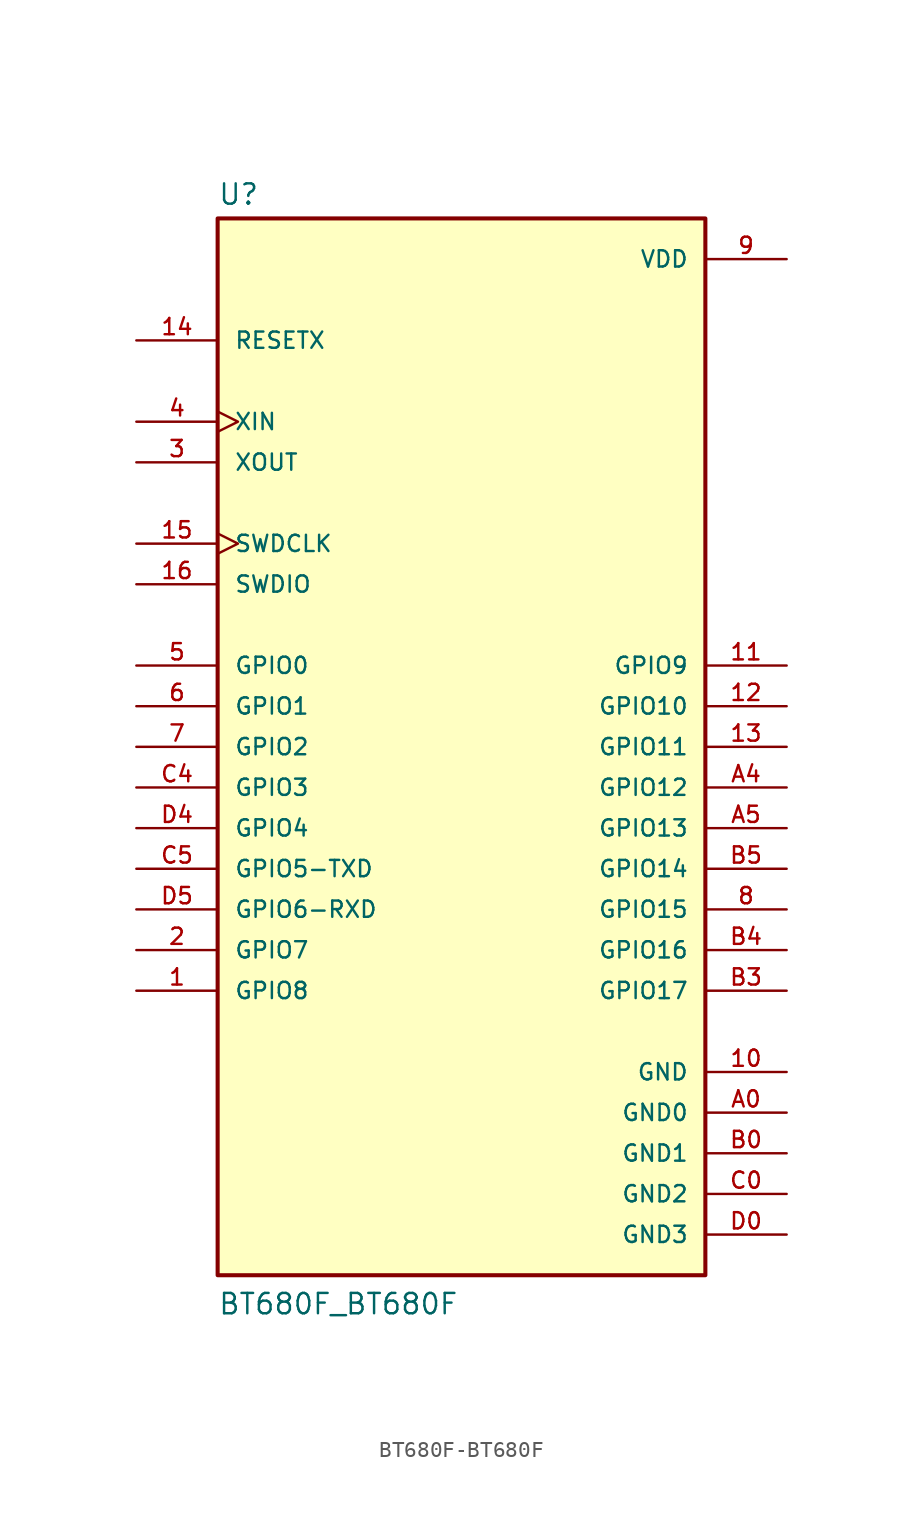
<source format=kicad_sym>
(kicad_symbol_lib
  (version 20220914)
  (generator kicad_symbol_editor)
  (symbol "BT680F-BT680F"
    (pin_names
      (offset 1.016))
    (property "Reference" "U"
      (at -15.24 33.782 0)
      (effects (font (size 1.27 1.27)) (justify left bottom)))
    (property "Value" "BT680F_BT680F"
      (at -15.24 -35.56 0)
      (effects (font (size 1.27 1.27)) (justify left bottom)))
    (property "ki_locked" ""
      (at 0 0 0)
      (effects (font (size 1.27 1.27))))
    (symbol "BT680F-BT680F_0_0"
      (rectangle (start -15.24 -33.02) (end 15.24 33.02) (stroke (width 0.254) (type solid)) (fill (type background)))
      (pin bidirectional line (at -20.32 -15.24 0) (length 5.08) (name "GPIO8" (effects (font (size 1.016 1.016)))) (number "1" (effects (font (size 1.016 1.016)))))
      (pin power_in line (at 20.32 -20.32 180) (length 5.08) (name "GND" (effects (font (size 1.016 1.016)))) (number "10" (effects (font (size 1.016 1.016)))))
      (pin bidirectional line (at 20.32 5.08 180) (length 5.08) (name "GPIO9" (effects (font (size 1.016 1.016)))) (number "11" (effects (font (size 1.016 1.016)))))
      (pin bidirectional line (at 20.32 2.54 180) (length 5.08) (name "GPIO10" (effects (font (size 1.016 1.016)))) (number "12" (effects (font (size 1.016 1.016)))))
      (pin bidirectional line (at 20.32 0 180) (length 5.08) (name "GPIO11" (effects (font (size 1.016 1.016)))) (number "13" (effects (font (size 1.016 1.016)))))
      (pin input line (at -20.32 25.4 0) (length 5.08) (name "RESETX" (effects (font (size 1.016 1.016)))) (number "14" (effects (font (size 1.016 1.016)))))
      (pin input clock (at -20.32 12.7 0) (length 5.08) (name "SWDCLK" (effects (font (size 1.016 1.016)))) (number "15" (effects (font (size 1.016 1.016)))))
      (pin bidirectional line (at -20.32 10.16 0) (length 5.08) (name "SWDIO" (effects (font (size 1.016 1.016)))) (number "16" (effects (font (size 1.016 1.016)))))
      (pin bidirectional line (at -20.32 -12.7 0) (length 5.08) (name "GPIO7" (effects (font (size 1.016 1.016)))) (number "2" (effects (font (size 1.016 1.016)))))
      (pin output line (at -20.32 17.78 0) (length 5.08) (name "XOUT" (effects (font (size 1.016 1.016)))) (number "3" (effects (font (size 1.016 1.016)))))
      (pin input clock (at -20.32 20.32 0) (length 5.08) (name "XIN" (effects (font (size 1.016 1.016)))) (number "4" (effects (font (size 1.016 1.016)))))
      (pin bidirectional line (at -20.32 5.08 0) (length 5.08) (name "GPIO0" (effects (font (size 1.016 1.016)))) (number "5" (effects (font (size 1.016 1.016)))))
      (pin bidirectional line (at -20.32 2.54 0) (length 5.08) (name "GPIO1" (effects (font (size 1.016 1.016)))) (number "6" (effects (font (size 1.016 1.016)))))
      (pin bidirectional line (at -20.32 0 0) (length 5.08) (name "GPIO2" (effects (font (size 1.016 1.016)))) (number "7" (effects (font (size 1.016 1.016)))))
      (pin bidirectional line (at 20.32 -10.16 180) (length 5.08) (name "GPIO15" (effects (font (size 1.016 1.016)))) (number "8" (effects (font (size 1.016 1.016)))))
      (pin power_in line (at 20.32 30.48 180) (length 5.08) (name "VDD" (effects (font (size 1.016 1.016)))) (number "9" (effects (font (size 1.016 1.016)))))
      (pin power_in line (at 20.32 -22.86 180) (length 5.08) (name "GND0" (effects (font (size 1.016 1.016)))) (number "A0" (effects (font (size 1.016 1.016)))))
      (pin bidirectional line (at 20.32 -2.54 180) (length 5.08) (name "GPIO12" (effects (font (size 1.016 1.016)))) (number "A4" (effects (font (size 1.016 1.016)))))
      (pin bidirectional line (at 20.32 -5.08 180) (length 5.08) (name "GPIO13" (effects (font (size 1.016 1.016)))) (number "A5" (effects (font (size 1.016 1.016)))))
      (pin power_in line (at 20.32 -25.4 180) (length 5.08) (name "GND1" (effects (font (size 1.016 1.016)))) (number "B0" (effects (font (size 1.016 1.016)))))
      (pin bidirectional line (at 20.32 -15.24 180) (length 5.08) (name "GPIO17" (effects (font (size 1.016 1.016)))) (number "B3" (effects (font (size 1.016 1.016)))))
      (pin bidirectional line (at 20.32 -12.7 180) (length 5.08) (name "GPIO16" (effects (font (size 1.016 1.016)))) (number "B4" (effects (font (size 1.016 1.016)))))
      (pin bidirectional line (at 20.32 -7.62 180) (length 5.08) (name "GPIO14" (effects (font (size 1.016 1.016)))) (number "B5" (effects (font (size 1.016 1.016)))))
      (pin power_in line (at 20.32 -27.94 180) (length 5.08) (name "GND2" (effects (font (size 1.016 1.016)))) (number "C0" (effects (font (size 1.016 1.016)))))
      (pin bidirectional line (at -20.32 -2.54 0) (length 5.08) (name "GPIO3" (effects (font (size 1.016 1.016)))) (number "C4" (effects (font (size 1.016 1.016)))))
      (pin bidirectional line (at -20.32 -7.62 0) (length 5.08) (name "GPIO5-TXD" (effects (font (size 1.016 1.016)))) (number "C5" (effects (font (size 1.016 1.016)))))
      (pin power_in line (at 20.32 -30.48 180) (length 5.08) (name "GND3" (effects (font (size 1.016 1.016)))) (number "D0" (effects (font (size 1.016 1.016)))))
      (pin bidirectional line (at -20.32 -5.08 0) (length 5.08) (name "GPIO4" (effects (font (size 1.016 1.016)))) (number "D4" (effects (font (size 1.016 1.016)))))
      (pin bidirectional line (at -20.32 -10.16 0) (length 5.08) (name "GPIO6-RXD" (effects (font (size 1.016 1.016)))) (number "D5" (effects (font (size 1.016 1.016))))))))
</source>
